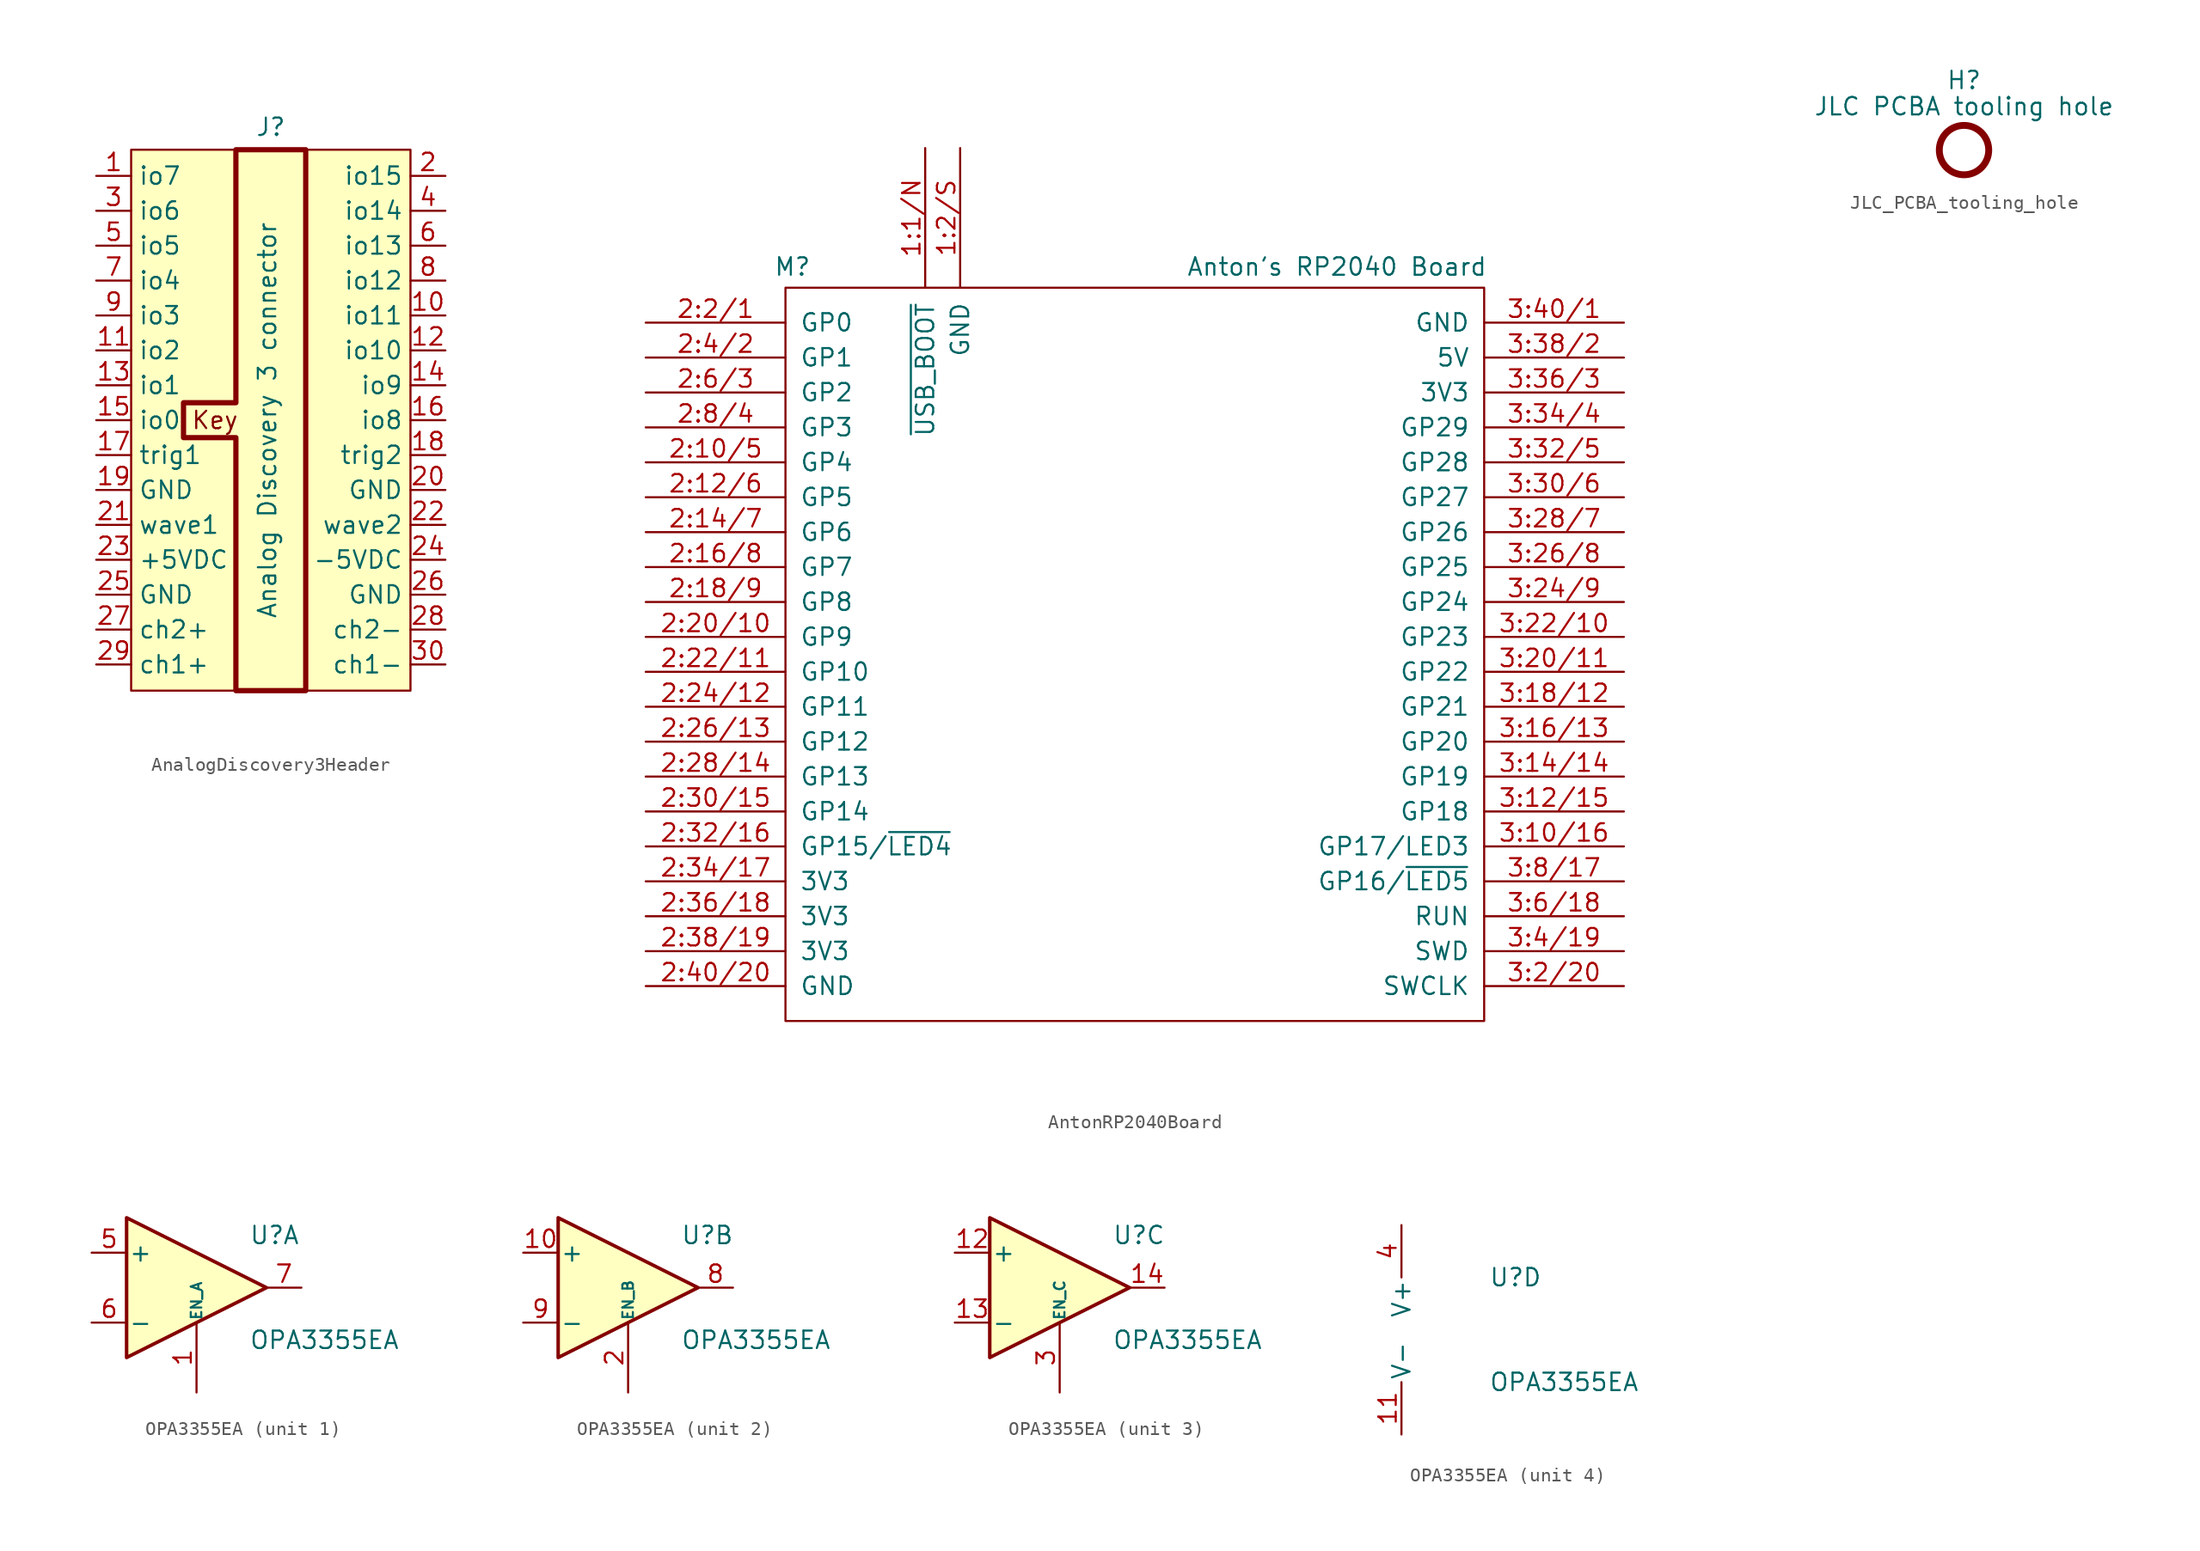
<source format=kicad_sym>
(kicad_symbol_lib
  (version 20231120)
  (generator "kicad_symbol_editor")
  (generator_version "8.0")
  (symbol "AnalogDiscovery3Header"
    (property "Reference" "J"
      (at 0 3.556 0)
      (effects (font (size 1.27 1.27))))
    (property "Value" "Analog Discovery 3 connector"
      (at -0.254 -17.78 90)
      (effects (font (size 1.27 1.27))))
    (symbol "AnalogDiscovery3Header_0_0"
      (pin bidirectional line (at -12.7 0 0) (length 2.54) (name "io7" (effects (font (size 1.27 1.27)))) (number "1" (effects (font (size 1.27 1.27)))))
      (pin bidirectional line (at 12.7 -10.16 180) (length 2.54) (name "io11" (effects (font (size 1.27 1.27)))) (number "10" (effects (font (size 1.27 1.27)))))
      (pin bidirectional line (at -12.7 -12.7 0) (length 2.54) (name "io2" (effects (font (size 1.27 1.27)))) (number "11" (effects (font (size 1.27 1.27)))))
      (pin bidirectional line (at 12.7 -12.7 180) (length 2.54) (name "io10" (effects (font (size 1.27 1.27)))) (number "12" (effects (font (size 1.27 1.27)))))
      (pin bidirectional line (at -12.7 -15.24 0) (length 2.54) (name "io1" (effects (font (size 1.27 1.27)))) (number "13" (effects (font (size 1.27 1.27)))))
      (pin bidirectional line (at 12.7 -15.24 180) (length 2.54) (name "io9" (effects (font (size 1.27 1.27)))) (number "14" (effects (font (size 1.27 1.27)))))
      (pin bidirectional line (at -12.7 -17.78 0) (length 2.54) (name "io0" (effects (font (size 1.27 1.27)))) (number "15" (effects (font (size 1.27 1.27)))))
      (pin bidirectional line (at 12.7 -17.78 180) (length 2.54) (name "io8" (effects (font (size 1.27 1.27)))) (number "16" (effects (font (size 1.27 1.27)))))
      (pin input line (at -12.7 -20.32 0) (length 2.54) (name "trig1" (effects (font (size 1.27 1.27)))) (number "17" (effects (font (size 1.27 1.27)))))
      (pin input line (at 12.7 -20.32 180) (length 2.54) (name "trig2" (effects (font (size 1.27 1.27)))) (number "18" (effects (font (size 1.27 1.27)))))
      (pin power_out line (at -12.7 -22.86 0) (length 2.54) (name "GND" (effects (font (size 1.27 1.27)))) (number "19" (effects (font (size 1.27 1.27)))))
      (pin bidirectional line (at 12.7 0 180) (length 2.54) (name "io15" (effects (font (size 1.27 1.27)))) (number "2" (effects (font (size 1.27 1.27)))))
      (pin power_out line (at 12.7 -22.86 180) (length 2.54) (name "GND" (effects (font (size 1.27 1.27)))) (number "20" (effects (font (size 1.27 1.27)))))
      (pin output line (at -12.7 -25.4 0) (length 2.54) (name "wave1" (effects (font (size 1.27 1.27)))) (number "21" (effects (font (size 1.27 1.27)))))
      (pin output line (at 12.7 -25.4 180) (length 2.54) (name "wave2" (effects (font (size 1.27 1.27)))) (number "22" (effects (font (size 1.27 1.27)))))
      (pin power_out line (at -12.7 -27.94 0) (length 2.54) (name "+5VDC" (effects (font (size 1.27 1.27)))) (number "23" (effects (font (size 1.27 1.27)))))
      (pin power_out line (at 12.7 -27.94 180) (length 2.54) (name "-5VDC" (effects (font (size 1.27 1.27)))) (number "24" (effects (font (size 1.27 1.27)))))
      (pin power_out line (at -12.7 -30.48 0) (length 2.54) (name "GND" (effects (font (size 1.27 1.27)))) (number "25" (effects (font (size 1.27 1.27)))))
      (pin power_out line (at 12.7 -30.48 180) (length 2.54) (name "GND" (effects (font (size 1.27 1.27)))) (number "26" (effects (font (size 1.27 1.27)))))
      (pin input line (at -12.7 -33.02 0) (length 2.54) (name "ch2+" (effects (font (size 1.27 1.27)))) (number "27" (effects (font (size 1.27 1.27)))))
      (pin input line (at 12.7 -33.02 180) (length 2.54) (name "ch2-" (effects (font (size 1.27 1.27)))) (number "28" (effects (font (size 1.27 1.27)))))
      (pin input line (at -12.7 -35.56 0) (length 2.54) (name "ch1+" (effects (font (size 1.27 1.27)))) (number "29" (effects (font (size 1.27 1.27)))))
      (pin bidirectional line (at -12.7 -2.54 0) (length 2.54) (name "io6" (effects (font (size 1.27 1.27)))) (number "3" (effects (font (size 1.27 1.27)))))
      (pin input line (at 12.7 -35.56 180) (length 2.54) (name "ch1-" (effects (font (size 1.27 1.27)))) (number "30" (effects (font (size 1.27 1.27)))))
      (pin bidirectional line (at 12.7 -2.54 180) (length 2.54) (name "io14" (effects (font (size 1.27 1.27)))) (number "4" (effects (font (size 1.27 1.27)))))
      (pin bidirectional line (at -12.7 -5.08 0) (length 2.54) (name "io5" (effects (font (size 1.27 1.27)))) (number "5" (effects (font (size 1.27 1.27)))))
      (pin bidirectional line (at 12.7 -5.08 180) (length 2.54) (name "io13" (effects (font (size 1.27 1.27)))) (number "6" (effects (font (size 1.27 1.27)))))
      (pin bidirectional line (at -12.7 -7.62 0) (length 2.54) (name "io4" (effects (font (size 1.27 1.27)))) (number "7" (effects (font (size 1.27 1.27)))))
      (pin bidirectional line (at 12.7 -7.62 180) (length 2.54) (name "io12" (effects (font (size 1.27 1.27)))) (number "8" (effects (font (size 1.27 1.27)))))
      (pin bidirectional line (at -12.7 -10.16 0) (length 2.54) (name "io3" (effects (font (size 1.27 1.27)))) (number "9" (effects (font (size 1.27 1.27))))))
    (symbol "AnalogDiscovery3Header_1_1"
      (rectangle (start -10.16 1.905) (end 10.16 -37.465) (stroke (width 0) (type default)) (fill (type background)))
      (polyline (pts (xy -2.54 -37.465) (xy -2.54 -19.05) (xy -6.35 -19.05) (xy -6.35 -16.51) (xy -2.54 -16.51) (xy -2.54 1.905) (xy 2.54 1.905) (xy 2.54 -37.465) (xy -2.54 -37.465)) (stroke (width 0.381) (type default)) (fill (type none)))
      (text "Key" (at -4.064 -17.78 0) (effects (font (size 1.27 1.27))))))
  (symbol "AntonRP2040Board"
    (pin_names
      (offset 1.016))
    (property "Reference" "M"
      (at -24.892 4.064 0)
      (effects (font (size 1.27 1.27))))
    (property "Value" "Anton's RP2040 Board"
      (at 25.654 4.064 0)
      (effects (font (size 1.27 1.27)) (justify right)))
    (symbol "AntonRP2040Board_0_1"
      (rectangle (start -25.4 2.54) (end 25.4 -50.8) (stroke (width 0) (type default)) (fill (type none))))
    (symbol "AntonRP2040Board_1_0"
      (pin input line (at -15.24 12.7 270) (length 10.16) (name "~{USB_BOOT}" (effects (font (size 1.27 1.27)))) (number "1:1/N" (effects (font (size 1.27 1.27)))))
      (pin power_in line (at -12.7 12.7 270) (length 10.16) (name "GND" (effects (font (size 1.27 1.27)))) (number "1:2/S" (effects (font (size 1.27 1.27)))))
      (pin bidirectional line (at -35.56 -10.16 0) (length 10.16) (name "GP4" (effects (font (size 1.27 1.27)))) (number "2:10/5" (effects (font (size 1.27 1.27)))))
      (pin bidirectional line (at -35.56 -12.7 0) (length 10.16) (name "GP5" (effects (font (size 1.27 1.27)))) (number "2:12/6" (effects (font (size 1.27 1.27)))))
      (pin bidirectional line (at -35.56 -15.24 0) (length 10.16) (name "GP6" (effects (font (size 1.27 1.27)))) (number "2:14/7" (effects (font (size 1.27 1.27)))))
      (pin bidirectional line (at -35.56 -17.78 0) (length 10.16) (name "GP7" (effects (font (size 1.27 1.27)))) (number "2:16/8" (effects (font (size 1.27 1.27)))))
      (pin bidirectional line (at -35.56 -20.32 0) (length 10.16) (name "GP8" (effects (font (size 1.27 1.27)))) (number "2:18/9" (effects (font (size 1.27 1.27)))))
      (pin bidirectional line (at -35.56 0 0) (length 10.16) (name "GP0" (effects (font (size 1.27 1.27)))) (number "2:2/1" (effects (font (size 1.27 1.27)))))
      (pin bidirectional line (at -35.56 -22.86 0) (length 10.16) (name "GP9" (effects (font (size 1.27 1.27)))) (number "2:20/10" (effects (font (size 1.27 1.27)))))
      (pin bidirectional line (at -35.56 -25.4 0) (length 10.16) (name "GP10" (effects (font (size 1.27 1.27)))) (number "2:22/11" (effects (font (size 1.27 1.27)))))
      (pin bidirectional line (at -35.56 -27.94 0) (length 10.16) (name "GP11" (effects (font (size 1.27 1.27)))) (number "2:24/12" (effects (font (size 1.27 1.27)))))
      (pin bidirectional line (at -35.56 -30.48 0) (length 10.16) (name "GP12" (effects (font (size 1.27 1.27)))) (number "2:26/13" (effects (font (size 1.27 1.27)))))
      (pin bidirectional line (at -35.56 -33.02 0) (length 10.16) (name "GP13" (effects (font (size 1.27 1.27)))) (number "2:28/14" (effects (font (size 1.27 1.27)))))
      (pin bidirectional line (at -35.56 -35.56 0) (length 10.16) (name "GP14" (effects (font (size 1.27 1.27)))) (number "2:30/15" (effects (font (size 1.27 1.27)))))
      (pin bidirectional line (at -35.56 -38.1 0) (length 10.16) (name "GP15/~{LED4}" (effects (font (size 1.27 1.27)))) (number "2:32/16" (effects (font (size 1.27 1.27)))))
      (pin power_out line (at -35.56 -40.64 0) (length 10.16) (name "3V3" (effects (font (size 1.27 1.27)))) (number "2:34/17" (effects (font (size 1.27 1.27)))))
      (pin power_out line (at -35.56 -43.18 0) (length 10.16) (name "3V3" (effects (font (size 1.27 1.27)))) (number "2:36/18" (effects (font (size 1.27 1.27)))))
      (pin power_out line (at -35.56 -45.72 0) (length 10.16) (name "3V3" (effects (font (size 1.27 1.27)))) (number "2:38/19" (effects (font (size 1.27 1.27)))))
      (pin bidirectional line (at -35.56 -2.54 0) (length 10.16) (name "GP1" (effects (font (size 1.27 1.27)))) (number "2:4/2" (effects (font (size 1.27 1.27)))))
      (pin power_out line (at -35.56 -48.26 0) (length 10.16) (name "GND" (effects (font (size 1.27 1.27)))) (number "2:40/20" (effects (font (size 1.27 1.27)))))
      (pin bidirectional line (at -35.56 -5.08 0) (length 10.16) (name "GP2" (effects (font (size 1.27 1.27)))) (number "2:6/3" (effects (font (size 1.27 1.27)))))
      (pin bidirectional line (at -35.56 -7.62 0) (length 10.16) (name "GP3" (effects (font (size 1.27 1.27)))) (number "2:8/4" (effects (font (size 1.27 1.27)))))
      (pin bidirectional line (at 35.56 -38.1 180) (length 10.16) (name "GP17/LED3" (effects (font (size 1.27 1.27)))) (number "3:10/16" (effects (font (size 1.27 1.27)))))
      (pin bidirectional line (at 35.56 -35.56 180) (length 10.16) (name "GP18" (effects (font (size 1.27 1.27)))) (number "3:12/15" (effects (font (size 1.27 1.27)))))
      (pin bidirectional line (at 35.56 -33.02 180) (length 10.16) (name "GP19" (effects (font (size 1.27 1.27)))) (number "3:14/14" (effects (font (size 1.27 1.27)))))
      (pin bidirectional line (at 35.56 -30.48 180) (length 10.16) (name "GP20" (effects (font (size 1.27 1.27)))) (number "3:16/13" (effects (font (size 1.27 1.27)))))
      (pin bidirectional line (at 35.56 -27.94 180) (length 10.16) (name "GP21" (effects (font (size 1.27 1.27)))) (number "3:18/12" (effects (font (size 1.27 1.27)))))
      (pin input line (at 35.56 -48.26 180) (length 10.16) (name "SWCLK" (effects (font (size 1.27 1.27)))) (number "3:2/20" (effects (font (size 1.27 1.27)))))
      (pin bidirectional line (at 35.56 -25.4 180) (length 10.16) (name "GP22" (effects (font (size 1.27 1.27)))) (number "3:20/11" (effects (font (size 1.27 1.27)))))
      (pin bidirectional line (at 35.56 -22.86 180) (length 10.16) (name "GP23" (effects (font (size 1.27 1.27)))) (number "3:22/10" (effects (font (size 1.27 1.27)))))
      (pin bidirectional line (at 35.56 -20.32 180) (length 10.16) (name "GP24" (effects (font (size 1.27 1.27)))) (number "3:24/9" (effects (font (size 1.27 1.27)))))
      (pin bidirectional line (at 35.56 -17.78 180) (length 10.16) (name "GP25" (effects (font (size 1.27 1.27)))) (number "3:26/8" (effects (font (size 1.27 1.27)))))
      (pin bidirectional line (at 35.56 -15.24 180) (length 10.16) (name "GP26" (effects (font (size 1.27 1.27)))) (number "3:28/7" (effects (font (size 1.27 1.27)))))
      (pin bidirectional line (at 35.56 -12.7 180) (length 10.16) (name "GP27" (effects (font (size 1.27 1.27)))) (number "3:30/6" (effects (font (size 1.27 1.27)))))
      (pin bidirectional line (at 35.56 -10.16 180) (length 10.16) (name "GP28" (effects (font (size 1.27 1.27)))) (number "3:32/5" (effects (font (size 1.27 1.27)))))
      (pin bidirectional line (at 35.56 -7.62 180) (length 10.16) (name "GP29" (effects (font (size 1.27 1.27)))) (number "3:34/4" (effects (font (size 1.27 1.27)))))
      (pin power_out line (at 35.56 -5.08 180) (length 10.16) (name "3V3" (effects (font (size 1.27 1.27)))) (number "3:36/3" (effects (font (size 1.27 1.27)))))
      (pin power_out line (at 35.56 -2.54 180) (length 10.16) (name "5V" (effects (font (size 1.27 1.27)))) (number "3:38/2" (effects (font (size 1.27 1.27)))))
      (pin bidirectional line (at 35.56 -45.72 180) (length 10.16) (name "SWD" (effects (font (size 1.27 1.27)))) (number "3:4/19" (effects (font (size 1.27 1.27)))))
      (pin power_out line (at 35.56 0 180) (length 10.16) (name "GND" (effects (font (size 1.27 1.27)))) (number "3:40/1" (effects (font (size 1.27 1.27)))))
      (pin input line (at 35.56 -43.18 180) (length 10.16) (name "RUN" (effects (font (size 1.27 1.27)))) (number "3:6/18" (effects (font (size 1.27 1.27)))))
      (pin bidirectional line (at 35.56 -40.64 180) (length 10.16) (name "GP16/~{LED5}" (effects (font (size 1.27 1.27)))) (number "3:8/17" (effects (font (size 1.27 1.27)))))))
  (symbol "JLC_PCBA_tooling_hole"
    (property "Reference" "H"
      (at 0 5.08 0)
      (effects (font (size 1.27 1.27))))
    (property "Value" "JLC PCBA tooling hole"
      (at 0 3.175 0)
      (effects (font (size 1.27 1.27))))
    (symbol "JLC_PCBA_tooling_hole_1_1"
      (circle (center 0 0) (radius 1.796) (stroke (width 0.5) (type default)) (fill (type none)))))
  (symbol "OPA3355EA"
    (pin_names
      (offset 0.127))
    (property "Reference" "U"
      (at 3.81 3.81 0)
      (effects (font (size 1.27 1.27)) (justify left)))
    (property "Value" "OPA3355EA"
      (at 3.81 -3.81 0)
      (effects (font (size 1.27 1.27)) (justify left)))
    (symbol "OPA3355EA_1_1"
      (polyline (pts (xy -5.08 5.08) (xy 5.08 0) (xy -5.08 -5.08) (xy -5.08 5.08)) (stroke (width 0.254) (type default)) (fill (type background)))
      (pin input line (at 0 -7.62 90) (length 5.08) (name "EN_A" (effects (font (size 0.762 0.762)))) (number "1" (effects (font (size 1.27 1.27)))))
      (pin input line (at -7.62 2.54 0) (length 2.54) (name "+" (effects (font (size 1.27 1.27)))) (number "5" (effects (font (size 1.27 1.27)))))
      (pin input line (at -7.62 -2.54 0) (length 2.54) (name "-" (effects (font (size 1.27 1.27)))) (number "6" (effects (font (size 1.27 1.27)))))
      (pin output line (at 7.62 0 180) (length 2.54) (name "~" (effects (font (size 1.27 1.27)))) (number "7" (effects (font (size 1.27 1.27))))))
    (symbol "OPA3355EA_2_1"
      (polyline (pts (xy -5.08 5.08) (xy 5.08 0) (xy -5.08 -5.08) (xy -5.08 5.08)) (stroke (width 0.254) (type default)) (fill (type background)))
      (pin input line (at -7.62 2.54 0) (length 2.54) (name "+" (effects (font (size 1.27 1.27)))) (number "10" (effects (font (size 1.27 1.27)))))
      (pin input line (at 0 -7.62 90) (length 5.08) (name "EN_B" (effects (font (size 0.762 0.762)))) (number "2" (effects (font (size 1.27 1.27)))))
      (pin output line (at 7.62 0 180) (length 2.54) (name "~" (effects (font (size 1.27 1.27)))) (number "8" (effects (font (size 1.27 1.27)))))
      (pin input line (at -7.62 -2.54 0) (length 2.54) (name "-" (effects (font (size 1.27 1.27)))) (number "9" (effects (font (size 1.27 1.27))))))
    (symbol "OPA3355EA_3_1"
      (polyline (pts (xy -5.08 5.08) (xy 5.08 0) (xy -5.08 -5.08) (xy -5.08 5.08)) (stroke (width 0.254) (type default)) (fill (type background)))
      (pin input line (at -7.62 2.54 0) (length 2.54) (name "+" (effects (font (size 1.27 1.27)))) (number "12" (effects (font (size 1.27 1.27)))))
      (pin input line (at -7.62 -2.54 0) (length 2.54) (name "-" (effects (font (size 1.27 1.27)))) (number "13" (effects (font (size 1.27 1.27)))))
      (pin output line (at 7.62 0 180) (length 2.54) (name "~" (effects (font (size 1.27 1.27)))) (number "14" (effects (font (size 1.27 1.27)))))
      (pin input line (at 0 -7.62 90) (length 5.08) (name "EN_C" (effects (font (size 0.762 0.762)))) (number "3" (effects (font (size 1.27 1.27))))))
    (symbol "OPA3355EA_4_1"
      (pin power_in line (at -2.54 -7.62 90) (length 3.81) (name "V-" (effects (font (size 1.27 1.27)))) (number "11" (effects (font (size 1.27 1.27)))))
      (pin power_in line (at -2.54 7.62 270) (length 3.81) (name "V+" (effects (font (size 1.27 1.27)))) (number "4" (effects (font (size 1.27 1.27))))))))
</source>
